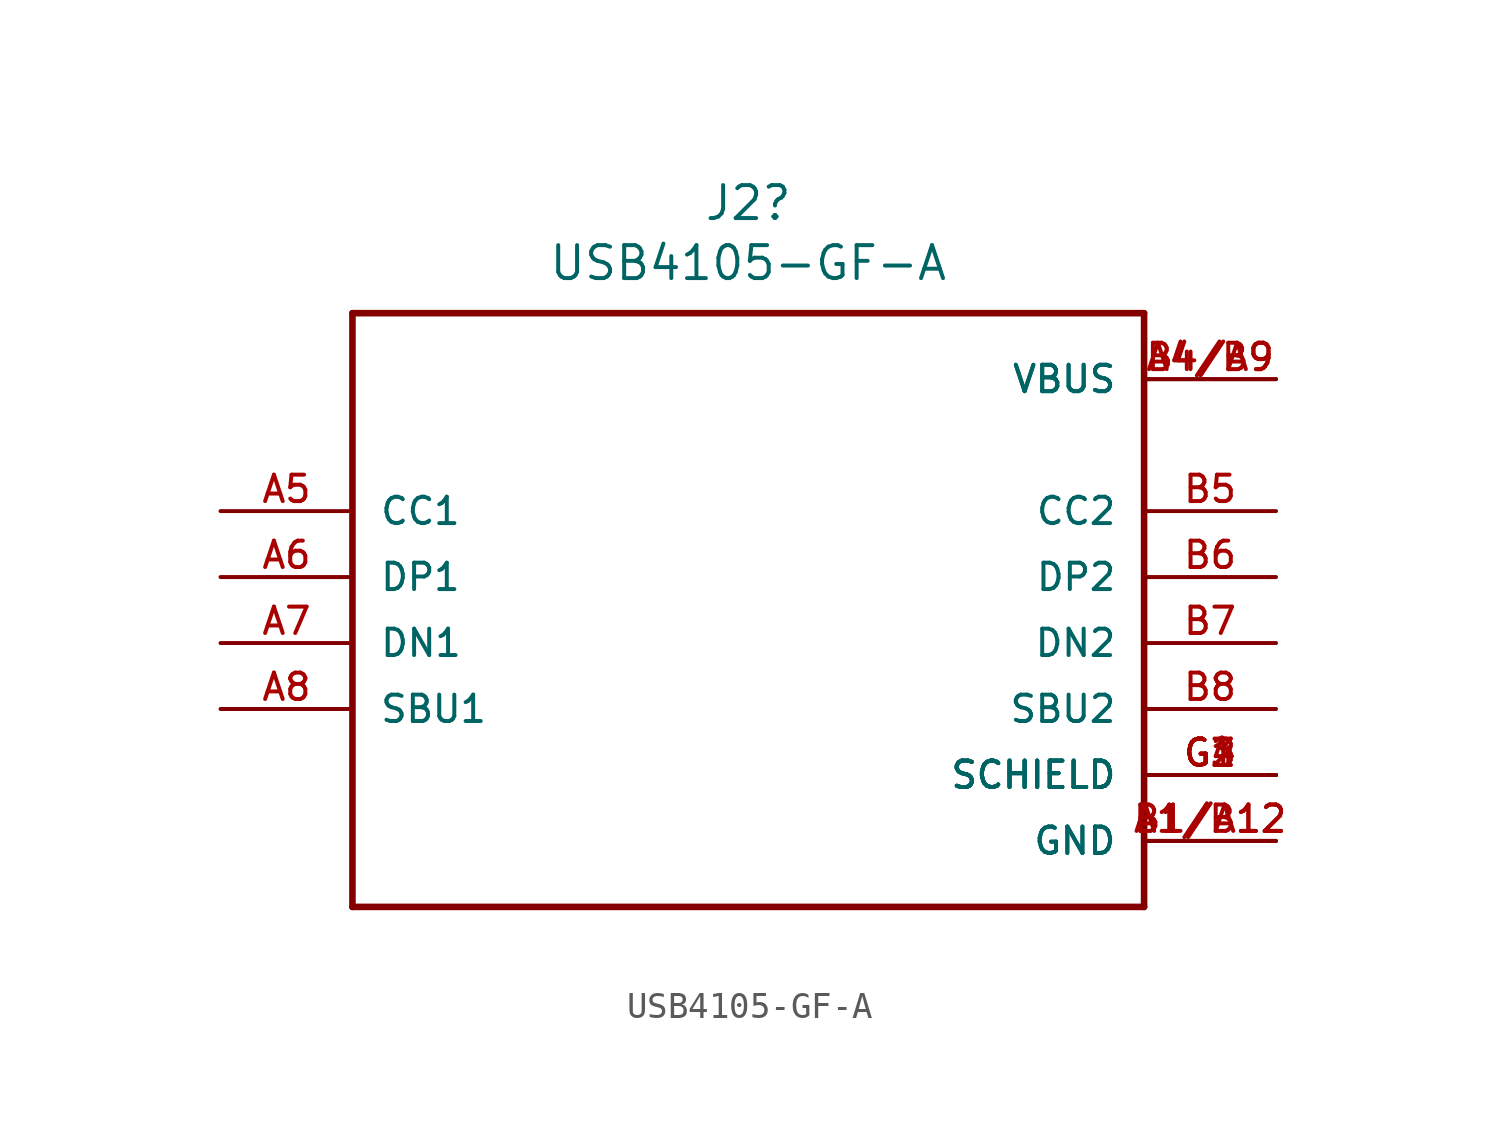
<source format=kicad_sym>
(kicad_symbol_lib
  (version 20211014)
  (generator kicad_symbol_editor)
  (symbol "USB4105-GF-A"
    (pin_names
      (offset 1.016))
    (property "Reference" "J2"
      (at 0 16.942 0)
      (effects (font (size 1.27 1.27))))
    (property "Value" "USB4105-GF-A"
      (at 0 14.63 0)
      (effects (font (size 1.27 1.27))))
    (symbol "USB4105-GF-A_0_0"
      (polyline (pts (xy -15.24 -10.16) (xy -15.24 12.7)) (stroke (width 0.254) (type default) (color 0 0 0 0)) (fill (type none)))
      (polyline (pts (xy -15.24 12.7) (xy 15.24 12.7)) (stroke (width 0.254) (type default) (color 0 0 0 0)) (fill (type none)))
      (polyline (pts (xy 15.24 -10.16) (xy -15.24 -10.16)) (stroke (width 0.254) (type default) (color 0 0 0 0)) (fill (type none)))
      (polyline (pts (xy 15.24 12.7) (xy 15.24 -10.16)) (stroke (width 0.254) (type default) (color 0 0 0 0)) (fill (type none)))
      (pin power_in line (at 20.32 -7.62 180) (length 5.08) (name "GND" (effects (font (size 1.016 1.016)))) (number "A1/B12" (effects (font (size 1.016 1.016)))))
      (pin power_in line (at 20.32 10.16 180) (length 5.08) (name "VBUS" (effects (font (size 1.016 1.016)))) (number "A4/B9" (effects (font (size 1.016 1.016)))))
      (pin bidirectional line (at -20.32 5.08 0) (length 5.08) (name "CC1" (effects (font (size 1.016 1.016)))) (number "A5" (effects (font (size 1.016 1.016)))))
      (pin bidirectional line (at -20.32 2.54 0) (length 5.08) (name "DP1" (effects (font (size 1.016 1.016)))) (number "A6" (effects (font (size 1.016 1.016)))))
      (pin bidirectional line (at -20.32 0 0) (length 5.08) (name "DN1" (effects (font (size 1.016 1.016)))) (number "A7" (effects (font (size 1.016 1.016)))))
      (pin bidirectional line (at -20.32 -2.54 0) (length 5.08) (name "SBU1" (effects (font (size 1.016 1.016)))) (number "A8" (effects (font (size 1.016 1.016)))))
      (pin power_in line (at 20.32 -7.62 180) (length 5.08) (name "GND" (effects (font (size 1.016 1.016)))) (number "B1/A12" (effects (font (size 1.016 1.016)))))
      (pin power_in line (at 20.32 10.16 180) (length 5.08) (name "VBUS" (effects (font (size 1.016 1.016)))) (number "B4/A9" (effects (font (size 1.016 1.016)))))
      (pin bidirectional line (at 20.32 5.08 180) (length 5.08) (name "CC2" (effects (font (size 1.016 1.016)))) (number "B5" (effects (font (size 1.016 1.016)))))
      (pin bidirectional line (at 20.32 2.54 180) (length 5.08) (name "DP2" (effects (font (size 1.016 1.016)))) (number "B6" (effects (font (size 1.016 1.016)))))
      (pin bidirectional line (at 20.32 0 180) (length 5.08) (name "DN2" (effects (font (size 1.016 1.016)))) (number "B7" (effects (font (size 1.016 1.016)))))
      (pin bidirectional line (at 20.32 -2.54 180) (length 5.08) (name "SBU2" (effects (font (size 1.016 1.016)))) (number "B8" (effects (font (size 1.016 1.016)))))
      (pin power_in line (at 20.32 -5.08 180) (length 5.08) (name "SCHIELD" (effects (font (size 1.016 1.016)))) (number "G1" (effects (font (size 1.016 1.016)))))
      (pin power_in line (at 20.32 -5.08 180) (length 5.08) (name "SCHIELD" (effects (font (size 1.016 1.016)))) (number "G2" (effects (font (size 1.016 1.016)))))
      (pin power_in line (at 20.32 -5.08 180) (length 5.08) (name "SCHIELD" (effects (font (size 1.016 1.016)))) (number "G3" (effects (font (size 1.016 1.016)))))
      (pin power_in line (at 20.32 -5.08 180) (length 5.08) (name "SCHIELD" (effects (font (size 1.016 1.016)))) (number "G4" (effects (font (size 1.016 1.016))))))))
</source>
